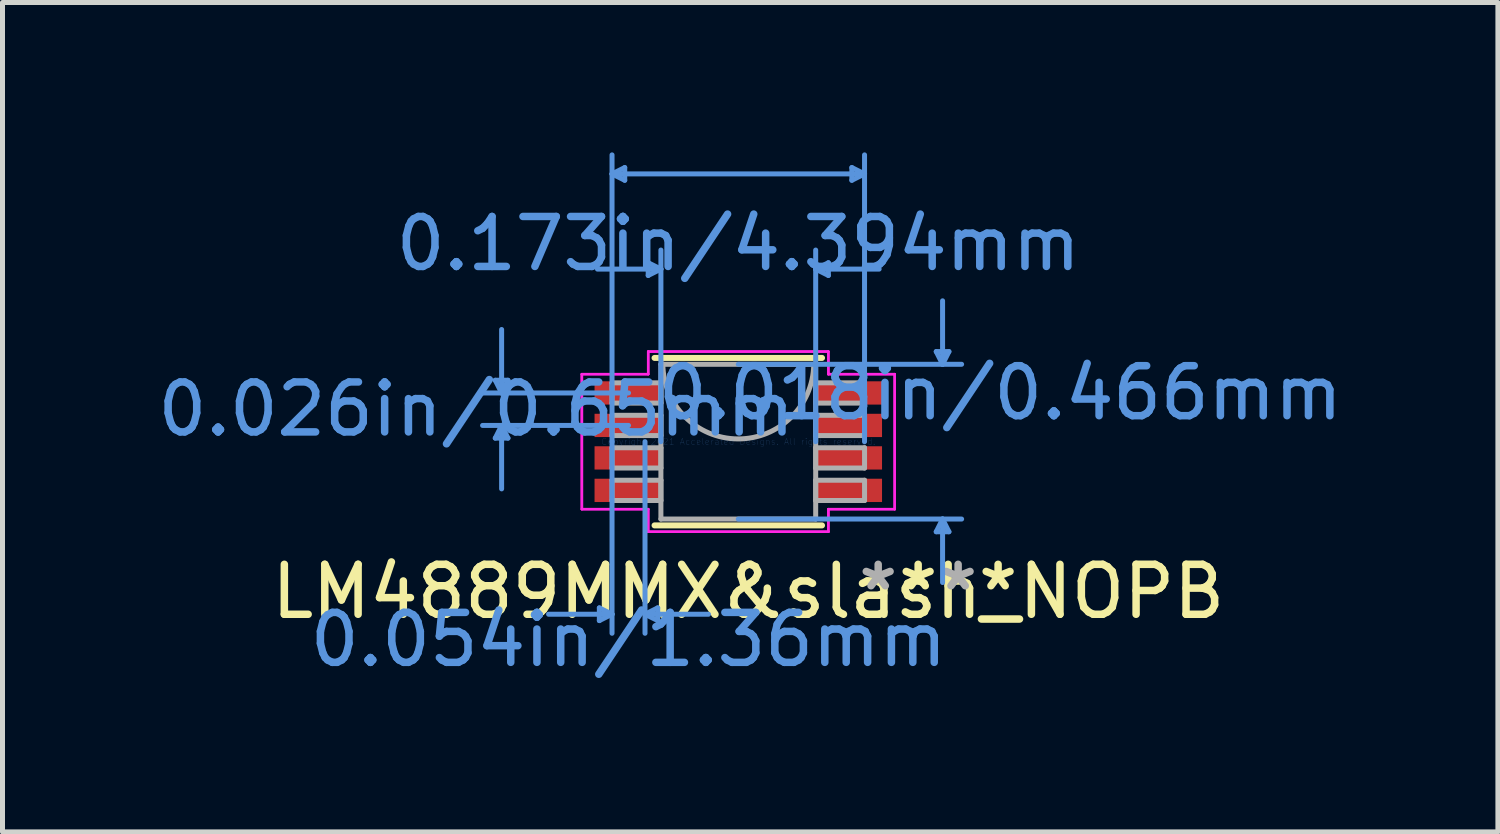
<source format=kicad_pcb>
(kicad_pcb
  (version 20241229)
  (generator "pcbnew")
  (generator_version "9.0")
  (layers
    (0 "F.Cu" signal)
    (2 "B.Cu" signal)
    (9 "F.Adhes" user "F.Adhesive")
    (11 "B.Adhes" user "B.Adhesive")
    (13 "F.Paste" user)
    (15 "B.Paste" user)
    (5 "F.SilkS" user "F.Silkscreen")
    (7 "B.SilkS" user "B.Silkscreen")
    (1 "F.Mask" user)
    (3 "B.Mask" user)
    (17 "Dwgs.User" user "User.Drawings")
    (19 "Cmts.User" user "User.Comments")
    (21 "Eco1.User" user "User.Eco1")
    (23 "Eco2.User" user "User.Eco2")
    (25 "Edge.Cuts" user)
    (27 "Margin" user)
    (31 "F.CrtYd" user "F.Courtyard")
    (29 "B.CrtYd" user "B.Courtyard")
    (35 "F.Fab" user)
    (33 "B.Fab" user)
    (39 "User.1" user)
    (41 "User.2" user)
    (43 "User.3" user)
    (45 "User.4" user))
  (footprint "LM4889MMX&slash_NOPB"
    (layer "F.Cu")
    (at 11.727 5.79)
    (property "Reference" "LM4889MMX&slash_NOPB" (at 0.2 3 0) (layer "F.SilkS") (effects (font (size 1 1) (thickness 0.15))))
    (attr through_hole)
    (fp_line (start -1.676 1.676) (end 1.676 1.676) (stroke (width 0.12) (type solid)) (layer "F.SilkS"))
    (fp_line (start 1.676 -1.676) (end -1.676 -1.676) (stroke (width 0.12) (type solid)) (layer "F.SilkS"))
    (fp_line (start -4.864 -1.229) (end -4.61 -1.229) (stroke (width 0.1) (type solid)) (layer "Cmts.User"))
    (fp_line (start -4.864 -0.071) (end -4.61 -0.071) (stroke (width 0.1) (type solid)) (layer "Cmts.User"))
    (fp_line (start -4.737 -0.975) (end -4.864 -1.229) (stroke (width 0.1) (type solid)) (layer "Cmts.User"))
    (fp_line (start -4.737 -0.975) (end -4.737 -2.245) (stroke (width 0.1) (type solid)) (layer "Cmts.User"))
    (fp_line (start -4.737 -0.975) (end -4.61 -1.229) (stroke (width 0.1) (type solid)) (layer "Cmts.User"))
    (fp_line (start -4.737 -0.325) (end -4.864 -0.071) (stroke (width 0.1) (type solid)) (layer "Cmts.User"))
    (fp_line (start -4.737 -0.325) (end -4.737 0.945) (stroke (width 0.1) (type solid)) (layer "Cmts.User"))
    (fp_line (start -4.737 -0.325) (end -4.61 -0.071) (stroke (width 0.1) (type solid)) (layer "Cmts.User"))
    (fp_line (start -2.781 3.327) (end -2.781 3.581) (stroke (width 0.1) (type solid)) (layer "Cmts.User"))
    (fp_line (start -2.527 -5.359) (end -2.273 -5.486) (stroke (width 0.1) (type solid)) (layer "Cmts.User"))
    (fp_line (start -2.527 -5.359) (end -2.273 -5.232) (stroke (width 0.1) (type solid)) (layer "Cmts.User"))
    (fp_line (start -2.527 -5.359) (end 2.527 -5.359) (stroke (width 0.1) (type solid)) (layer "Cmts.User"))
    (fp_line (start -2.527 0) (end -2.527 -5.74) (stroke (width 0.1) (type solid)) (layer "Cmts.User"))
    (fp_line (start -2.527 0) (end -2.527 3.835) (stroke (width 0.1) (type solid)) (layer "Cmts.User"))
    (fp_line (start -2.527 3.454) (end -3.797 3.454) (stroke (width 0.1) (type solid)) (layer "Cmts.User"))
    (fp_line (start -2.527 3.454) (end -2.781 3.327) (stroke (width 0.1) (type solid)) (layer "Cmts.User"))
    (fp_line (start -2.527 3.454) (end -2.781 3.581) (stroke (width 0.1) (type solid)) (layer "Cmts.User"))
    (fp_line (start -2.273 -5.486) (end -2.273 -5.232) (stroke (width 0.1) (type solid)) (layer "Cmts.User"))
    (fp_line (start -2.197 -0.975) (end -5.118 -0.975) (stroke (width 0.1) (type solid)) (layer "Cmts.User"))
    (fp_line (start -2.197 -0.325) (end -5.118 -0.325) (stroke (width 0.1) (type solid)) (layer "Cmts.User"))
    (fp_line (start -1.867 0) (end -1.867 3.835) (stroke (width 0.1) (type solid)) (layer "Cmts.User"))
    (fp_line (start -1.867 3.454) (end -1.613 3.327) (stroke (width 0.1) (type solid)) (layer "Cmts.User"))
    (fp_line (start -1.867 3.454) (end -1.613 3.581) (stroke (width 0.1) (type solid)) (layer "Cmts.User"))
    (fp_line (start -1.867 3.454) (end -0.597 3.454) (stroke (width 0.1) (type solid)) (layer "Cmts.User"))
    (fp_line (start -1.803 -3.581) (end -1.803 -3.327) (stroke (width 0.1) (type solid)) (layer "Cmts.User"))
    (fp_line (start -1.613 3.327) (end -1.613 3.581) (stroke (width 0.1) (type solid)) (layer "Cmts.User"))
    (fp_line (start -1.549 -3.454) (end -2.819 -3.454) (stroke (width 0.1) (type solid)) (layer "Cmts.User"))
    (fp_line (start -1.549 -3.454) (end -1.803 -3.581) (stroke (width 0.1) (type solid)) (layer "Cmts.User"))
    (fp_line (start -1.549 -3.454) (end -1.803 -3.327) (stroke (width 0.1) (type solid)) (layer "Cmts.User"))
    (fp_line (start -1.549 0) (end -1.549 -3.835) (stroke (width 0.1) (type solid)) (layer "Cmts.User"))
    (fp_line (start 0 -1.549) (end 4.47 -1.549) (stroke (width 0.1) (type solid)) (layer "Cmts.User"))
    (fp_line (start 0 1.549) (end 4.47 1.549) (stroke (width 0.1) (type solid)) (layer "Cmts.User"))
    (fp_line (start 1.549 -3.454) (end 1.803 -3.581) (stroke (width 0.1) (type solid)) (layer "Cmts.User"))
    (fp_line (start 1.549 -3.454) (end 1.803 -3.327) (stroke (width 0.1) (type solid)) (layer "Cmts.User"))
    (fp_line (start 1.549 -3.454) (end 2.819 -3.454) (stroke (width 0.1) (type solid)) (layer "Cmts.User"))
    (fp_line (start 1.549 0) (end 1.549 -3.835) (stroke (width 0.1) (type solid)) (layer "Cmts.User"))
    (fp_line (start 1.803 -3.581) (end 1.803 -3.327) (stroke (width 0.1) (type solid)) (layer "Cmts.User"))
    (fp_line (start 2.273 -5.486) (end 2.273 -5.232) (stroke (width 0.1) (type solid)) (layer "Cmts.User"))
    (fp_line (start 2.527 -5.359) (end 2.273 -5.486) (stroke (width 0.1) (type solid)) (layer "Cmts.User"))
    (fp_line (start 2.527 -5.359) (end 2.273 -5.232) (stroke (width 0.1) (type solid)) (layer "Cmts.User"))
    (fp_line (start 2.527 0) (end 2.527 -5.74) (stroke (width 0.1) (type solid)) (layer "Cmts.User"))
    (fp_line (start 3.962 -1.803) (end 4.216 -1.803) (stroke (width 0.1) (type solid)) (layer "Cmts.User"))
    (fp_line (start 3.962 1.803) (end 4.216 1.803) (stroke (width 0.1) (type solid)) (layer "Cmts.User"))
    (fp_line (start 4.089 -1.549) (end 3.962 -1.803) (stroke (width 0.1) (type solid)) (layer "Cmts.User"))
    (fp_line (start 4.089 -1.549) (end 4.089 -2.819) (stroke (width 0.1) (type solid)) (layer "Cmts.User"))
    (fp_line (start 4.089 -1.549) (end 4.216 -1.803) (stroke (width 0.1) (type solid)) (layer "Cmts.User"))
    (fp_line (start 4.089 1.549) (end 3.962 1.803) (stroke (width 0.1) (type solid)) (layer "Cmts.User"))
    (fp_line (start 4.089 1.549) (end 4.089 2.819) (stroke (width 0.1) (type solid)) (layer "Cmts.User"))
    (fp_line (start 4.089 1.549) (end 4.216 1.803) (stroke (width 0.1) (type solid)) (layer "Cmts.User"))
    (fp_line (start -3.131 -1.351) (end -1.803 -1.351) (stroke (width 0.05) (type solid)) (layer "F.CrtYd"))
    (fp_line (start -3.131 -1.351) (end -1.803 -1.351) (stroke (width 0.05) (type solid)) (layer "F.CrtYd"))
    (fp_line (start -3.131 1.351) (end -3.131 -1.351) (stroke (width 0.05) (type solid)) (layer "F.CrtYd"))
    (fp_line (start -3.131 1.351) (end -3.131 -1.351) (stroke (width 0.05) (type solid)) (layer "F.CrtYd"))
    (fp_line (start -3.131 1.351) (end -1.803 1.351) (stroke (width 0.05) (type solid)) (layer "F.CrtYd"))
    (fp_line (start -1.803 -1.803) (end 1.803 -1.803) (stroke (width 0.05) (type solid)) (layer "F.CrtYd"))
    (fp_line (start -1.803 -1.803) (end 1.803 -1.803) (stroke (width 0.05) (type solid)) (layer "F.CrtYd"))
    (fp_line (start -1.803 -1.351) (end -1.803 -1.803) (stroke (width 0.05) (type solid)) (layer "F.CrtYd"))
    (fp_line (start -1.803 -1.351) (end -1.803 -1.803) (stroke (width 0.05) (type solid)) (layer "F.CrtYd"))
    (fp_line (start -1.803 1.351) (end -3.131 1.351) (stroke (width 0.05) (type solid)) (layer "F.CrtYd"))
    (fp_line (start -1.803 1.803) (end -1.803 1.351) (stroke (width 0.05) (type solid)) (layer "F.CrtYd"))
    (fp_line (start -1.803 1.803) (end -1.803 1.351) (stroke (width 0.05) (type solid)) (layer "F.CrtYd"))
    (fp_line (start 1.803 -1.803) (end 1.803 -1.351) (stroke (width 0.05) (type solid)) (layer "F.CrtYd"))
    (fp_line (start 1.803 -1.803) (end 1.803 -1.351) (stroke (width 0.05) (type solid)) (layer "F.CrtYd"))
    (fp_line (start 1.803 -1.351) (end 3.131 -1.351) (stroke (width 0.05) (type solid)) (layer "F.CrtYd"))
    (fp_line (start 1.803 1.351) (end 1.803 1.803) (stroke (width 0.05) (type solid)) (layer "F.CrtYd"))
    (fp_line (start 1.803 1.351) (end 1.803 1.803) (stroke (width 0.05) (type solid)) (layer "F.CrtYd"))
    (fp_line (start 1.803 1.803) (end -1.803 1.803) (stroke (width 0.05) (type solid)) (layer "F.CrtYd"))
    (fp_line (start 1.803 1.803) (end -1.803 1.803) (stroke (width 0.05) (type solid)) (layer "F.CrtYd"))
    (fp_line (start 3.131 -1.351) (end 1.803 -1.351) (stroke (width 0.05) (type solid)) (layer "F.CrtYd"))
    (fp_line (start 3.131 -1.351) (end 3.131 1.351) (stroke (width 0.05) (type solid)) (layer "F.CrtYd"))
    (fp_line (start 3.131 -1.351) (end 3.131 1.351) (stroke (width 0.05) (type solid)) (layer "F.CrtYd"))
    (fp_line (start 3.131 1.351) (end 1.803 1.351) (stroke (width 0.05) (type solid)) (layer "F.CrtYd"))
    (fp_line (start 3.131 1.351) (end 1.803 1.351) (stroke (width 0.05) (type solid)) (layer "F.CrtYd"))
    (fp_line (start -2.527 -1.178) (end -2.527 -0.772) (stroke (width 0.1) (type solid)) (layer "F.Fab"))
    (fp_line (start -2.527 -0.772) (end -1.549 -0.772) (stroke (width 0.1) (type solid)) (layer "F.Fab"))
    (fp_line (start -2.527 -0.528) (end -2.527 -0.122) (stroke (width 0.1) (type solid)) (layer "F.Fab"))
    (fp_line (start -2.527 -0.122) (end -1.549 -0.122) (stroke (width 0.1) (type solid)) (layer "F.Fab"))
    (fp_line (start -2.527 0.122) (end -2.527 0.528) (stroke (width 0.1) (type solid)) (layer "F.Fab"))
    (fp_line (start -2.527 0.528) (end -1.549 0.528) (stroke (width 0.1) (type solid)) (layer "F.Fab"))
    (fp_line (start -2.527 0.772) (end -2.527 1.178) (stroke (width 0.1) (type solid)) (layer "F.Fab"))
    (fp_line (start -2.527 1.178) (end -1.549 1.178) (stroke (width 0.1) (type solid)) (layer "F.Fab"))
    (fp_line (start -1.549 -1.549) (end -1.549 1.549) (stroke (width 0.1) (type solid)) (layer "F.Fab"))
    (fp_line (start -1.549 -1.178) (end -2.527 -1.178) (stroke (width 0.1) (type solid)) (layer "F.Fab"))
    (fp_line (start -1.549 -0.772) (end -1.549 -1.178) (stroke (width 0.1) (type solid)) (layer "F.Fab"))
    (fp_line (start -1.549 -0.528) (end -2.527 -0.528) (stroke (width 0.1) (type solid)) (layer "F.Fab"))
    (fp_line (start -1.549 -0.122) (end -1.549 -0.528) (stroke (width 0.1) (type solid)) (layer "F.Fab"))
    (fp_line (start -1.549 0.122) (end -2.527 0.122) (stroke (width 0.1) (type solid)) (layer "F.Fab"))
    (fp_line (start -1.549 0.528) (end -1.549 0.122) (stroke (width 0.1) (type solid)) (layer "F.Fab"))
    (fp_line (start -1.549 0.772) (end -2.527 0.772) (stroke (width 0.1) (type solid)) (layer "F.Fab"))
    (fp_line (start -1.549 1.178) (end -1.549 0.772) (stroke (width 0.1) (type solid)) (layer "F.Fab"))
    (fp_line (start -1.549 1.549) (end 1.549 1.549) (stroke (width 0.1) (type solid)) (layer "F.Fab"))
    (fp_line (start 1.549 -1.549) (end -1.549 -1.549) (stroke (width 0.1) (type solid)) (layer "F.Fab"))
    (fp_line (start 1.549 -1.178) (end 1.549 -0.772) (stroke (width 0.1) (type solid)) (layer "F.Fab"))
    (fp_line (start 1.549 -0.772) (end 2.527 -0.772) (stroke (width 0.1) (type solid)) (layer "F.Fab"))
    (fp_line (start 1.549 -0.528) (end 1.549 -0.122) (stroke (width 0.1) (type solid)) (layer "F.Fab"))
    (fp_line (start 1.549 -0.122) (end 2.527 -0.122) (stroke (width 0.1) (type solid)) (layer "F.Fab"))
    (fp_line (start 1.549 0.122) (end 1.549 0.528) (stroke (width 0.1) (type solid)) (layer "F.Fab"))
    (fp_line (start 1.549 0.528) (end 2.527 0.528) (stroke (width 0.1) (type solid)) (layer "F.Fab"))
    (fp_line (start 1.549 0.772) (end 1.549 1.178) (stroke (width 0.1) (type solid)) (layer "F.Fab"))
    (fp_line (start 1.549 1.178) (end 2.527 1.178) (stroke (width 0.1) (type solid)) (layer "F.Fab"))
    (fp_line (start 1.549 1.549) (end 1.549 -1.549) (stroke (width 0.1) (type solid)) (layer "F.Fab"))
    (fp_line (start 2.527 -1.178) (end 1.549 -1.178) (stroke (width 0.1) (type solid)) (layer "F.Fab"))
    (fp_line (start 2.527 -0.772) (end 2.527 -1.178) (stroke (width 0.1) (type solid)) (layer "F.Fab"))
    (fp_line (start 2.527 -0.528) (end 1.549 -0.528) (stroke (width 0.1) (type solid)) (layer "F.Fab"))
    (fp_line (start 2.527 -0.122) (end 2.527 -0.528) (stroke (width 0.1) (type solid)) (layer "F.Fab"))
    (fp_line (start 2.527 0.122) (end 1.549 0.122) (stroke (width 0.1) (type solid)) (layer "F.Fab"))
    (fp_line (start 2.527 0.528) (end 2.527 0.122) (stroke (width 0.1) (type solid)) (layer "F.Fab"))
    (fp_line (start 2.527 0.772) (end 1.549 0.772) (stroke (width 0.1) (type solid)) (layer "F.Fab"))
    (fp_line (start 2.527 1.178) (end 2.527 0.772) (stroke (width 0.1) (type solid)) (layer "F.Fab"))
    (fp_arc (start 1.510045 -1.541658) (mid -0.007742 -0.039355) (end -1.510045 -1.557142) (stroke (width 0.1) (type solid)) (layer "F.Fab"))
    (fp_text user "*" (at 5.2 3 0) (layer "F.SilkS") (effects (font (size 1 1) (thickness 0.15))))
    (fp_text user "*" (at 3.6 3 0) (layer "F.SilkS") (effects (font (size 1 1) (thickness 0.15))))
    (fp_text user "0.054in/1.36mm" (at -2.197 3.962 0) (layer "Cmts.User") (effects (font (size 1 1) (thickness 0.15))))
    (fp_text user "0.173in/4.394mm" (at 0 -3.962 0) (layer "Cmts.User") (effects (font (size 1 1) (thickness 0.15))))
    (fp_text user "Copyright 2021 Accelerated Designs. All rights reserved." (at 0 0 0) (layer "Cmts.User") (effects (font (size 0.127 0.127) (thickness 0.002))))
    (fp_text user "0.018in/0.466mm" (at 5.245 -0.975 0) (layer "Cmts.User") (effects (font (size 1 1) (thickness 0.15))))
    (fp_text user "0.026in/0.65mm" (at -5.245 -0.65 0) (layer "Cmts.User") (effects (font (size 1 1) (thickness 0.15))))
    (fp_text user "*" (at 2.8 3 0) (layer "F.Fab") (effects (font (size 1 1) (thickness 0.15))))
    (fp_text user "*" (at 4.4 3 0) (layer "F.Fab") (effects (font (size 1 1) (thickness 0.15))))
    (pad "1" smd rect (at -2.197 -0.975) (size 1.36 0.466) (layers "F.Cu" "F.Mask" "F.Paste"))
    (pad "2" smd rect (at -2.197 -0.325) (size 1.36 0.466) (layers "F.Cu" "F.Mask" "F.Paste"))
    (pad "3" smd rect (at -2.197 0.325) (size 1.36 0.466) (layers "F.Cu" "F.Mask" "F.Paste"))
    (pad "4" smd rect (at -2.197 0.975) (size 1.36 0.466) (layers "F.Cu" "F.Mask" "F.Paste"))
    (pad "5" smd rect (at 2.197 0.975) (size 1.36 0.466) (layers "F.Cu" "F.Mask" "F.Paste"))
    (pad "6" smd rect (at 2.197 0.325) (size 1.36 0.466) (layers "F.Cu" "F.Mask" "F.Paste"))
    (pad "7" smd rect (at 2.197 -0.325) (size 1.36 0.466) (layers "F.Cu" "F.Mask" "F.Paste"))
    (pad "8" smd rect (at 2.197 -0.975) (size 1.36 0.466) (layers "F.Cu" "F.Mask" "F.Paste")))
  (gr_rect
    (start -3 -3)
    (end 26.931 13.601)
    (stroke (width 0.1) (type default))
    (fill no)
    (layer "Edge.Cuts")))
</source>
